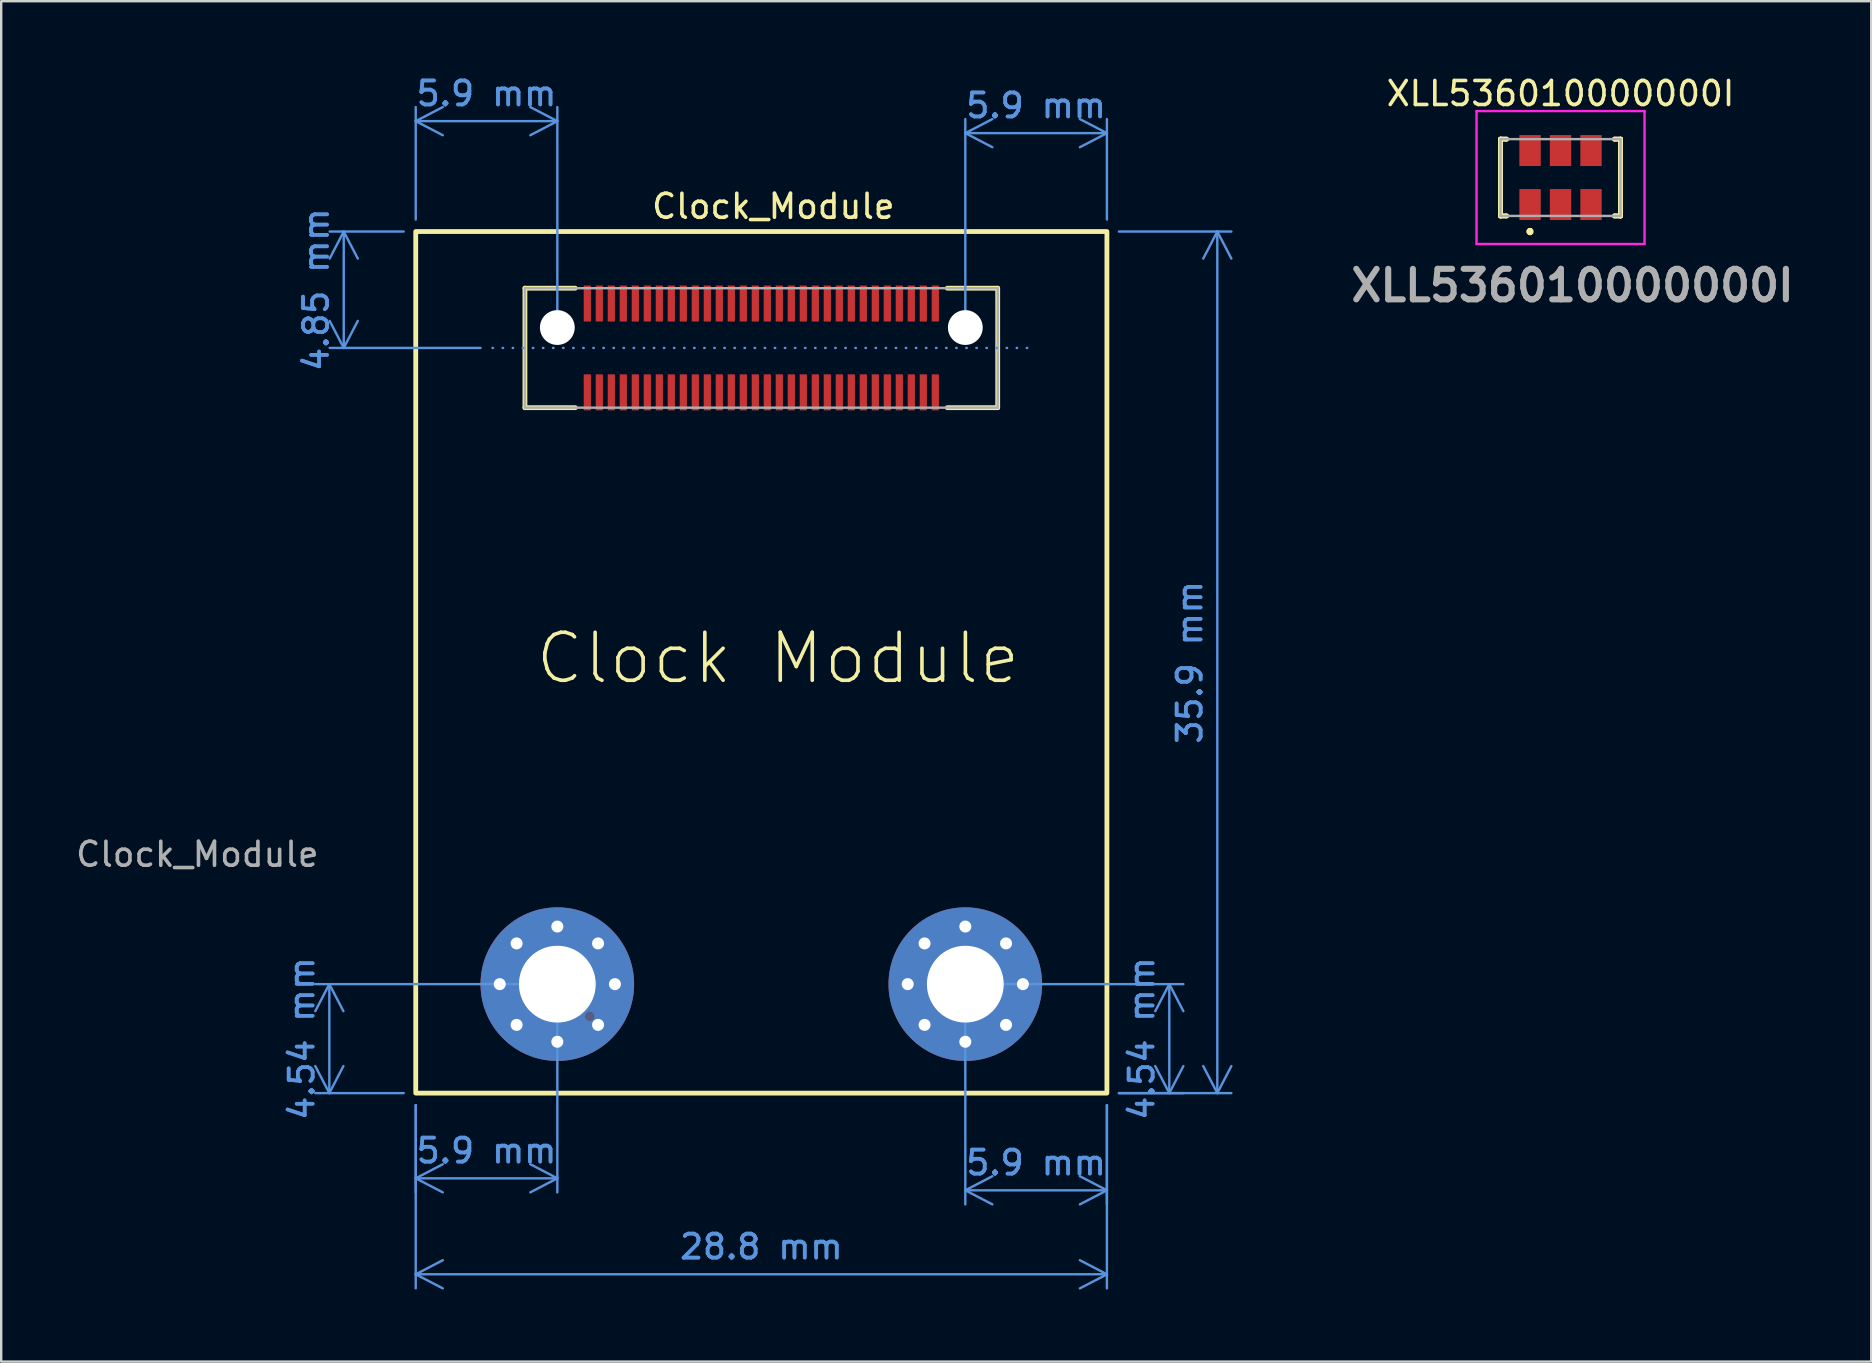
<source format=kicad_pcb>
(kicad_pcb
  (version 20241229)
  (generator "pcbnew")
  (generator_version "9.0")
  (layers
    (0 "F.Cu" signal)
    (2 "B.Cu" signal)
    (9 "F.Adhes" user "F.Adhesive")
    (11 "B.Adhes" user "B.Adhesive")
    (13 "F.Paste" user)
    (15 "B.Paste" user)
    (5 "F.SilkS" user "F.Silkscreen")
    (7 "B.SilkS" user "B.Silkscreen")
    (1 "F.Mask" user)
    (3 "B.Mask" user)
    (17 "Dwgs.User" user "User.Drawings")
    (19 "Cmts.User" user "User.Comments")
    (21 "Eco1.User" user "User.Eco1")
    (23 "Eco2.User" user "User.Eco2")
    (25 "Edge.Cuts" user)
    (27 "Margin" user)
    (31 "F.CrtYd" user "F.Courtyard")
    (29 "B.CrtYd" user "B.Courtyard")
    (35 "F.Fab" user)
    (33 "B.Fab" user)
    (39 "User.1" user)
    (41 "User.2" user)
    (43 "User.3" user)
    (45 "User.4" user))
  (footprint "XLL536010000000I"
    (layer "F.Cu")
    (at 61.975 4.348)
    (property "Reference" "XLL536010000000I" (at 0 -3.5 0) (layer "F.SilkS") (effects (font (size 1 1) (thickness 0.15))))
    (attr smd)
    (fp_line (start -2.5 -1.6) (end -2.5 -1.6) (stroke (width 0.2) (type solid)) (layer "F.SilkS"))
    (fp_line (start -2.5 -1.6) (end -2.5 -1.6) (stroke (width 0.2) (type solid)) (layer "F.SilkS"))
    (fp_line (start -2.5 -1.6) (end -2.5 1.6) (stroke (width 0.2) (type solid)) (layer "F.SilkS"))
    (fp_line (start -2.5 -1.6) (end -2.25 -1.6) (stroke (width 0.2) (type solid)) (layer "F.SilkS"))
    (fp_line (start -2.5 1.6) (end -2.5 -1.6) (stroke (width 0.2) (type solid)) (layer "F.SilkS"))
    (fp_line (start -2.5 1.6) (end -2.5 1.6) (stroke (width 0.2) (type solid)) (layer "F.SilkS"))
    (fp_line (start -2.5 1.6) (end -2.5 1.6) (stroke (width 0.2) (type solid)) (layer "F.SilkS"))
    (fp_line (start -2.5 1.6) (end -2.25 1.6) (stroke (width 0.2) (type solid)) (layer "F.SilkS"))
    (fp_line (start -2.25 -1.6) (end -2.5 -1.6) (stroke (width 0.2) (type solid)) (layer "F.SilkS"))
    (fp_line (start -2.25 -1.6) (end -2.25 -1.6) (stroke (width 0.2) (type solid)) (layer "F.SilkS"))
    (fp_line (start -2.25 1.6) (end -2.5 1.6) (stroke (width 0.2) (type solid)) (layer "F.SilkS"))
    (fp_line (start -2.25 1.6) (end -2.25 1.6) (stroke (width 0.2) (type solid)) (layer "F.SilkS"))
    (fp_line (start -1.27 2.2) (end -1.27 2.2) (stroke (width 0.2) (type solid)) (layer "F.SilkS"))
    (fp_line (start -1.27 2.2) (end -1.27 2.2) (stroke (width 0.2) (type solid)) (layer "F.SilkS"))
    (fp_line (start -1.27 2.3) (end -1.27 2.3) (stroke (width 0.2) (type solid)) (layer "F.SilkS"))
    (fp_line (start 2.25 -1.6) (end 2.25 -1.6) (stroke (width 0.2) (type solid)) (layer "F.SilkS"))
    (fp_line (start 2.25 -1.6) (end 2.5 -1.6) (stroke (width 0.2) (type solid)) (layer "F.SilkS"))
    (fp_line (start 2.25 1.6) (end 2.25 1.6) (stroke (width 0.2) (type solid)) (layer "F.SilkS"))
    (fp_line (start 2.25 1.6) (end 2.5 1.6) (stroke (width 0.2) (type solid)) (layer "F.SilkS"))
    (fp_line (start 2.5 -1.6) (end 2.25 -1.6) (stroke (width 0.2) (type solid)) (layer "F.SilkS"))
    (fp_line (start 2.5 -1.6) (end 2.5 -1.6) (stroke (width 0.2) (type solid)) (layer "F.SilkS"))
    (fp_line (start 2.5 -1.6) (end 2.5 -1.6) (stroke (width 0.2) (type solid)) (layer "F.SilkS"))
    (fp_line (start 2.5 -1.6) (end 2.5 1.6) (stroke (width 0.2) (type solid)) (layer "F.SilkS"))
    (fp_line (start 2.5 1.6) (end 2.25 1.6) (stroke (width 0.2) (type solid)) (layer "F.SilkS"))
    (fp_line (start 2.5 1.6) (end 2.5 -1.6) (stroke (width 0.2) (type solid)) (layer "F.SilkS"))
    (fp_line (start 2.5 1.6) (end 2.5 1.6) (stroke (width 0.2) (type solid)) (layer "F.SilkS"))
    (fp_line (start 2.5 1.6) (end 2.5 1.6) (stroke (width 0.2) (type solid)) (layer "F.SilkS"))
    (fp_arc (start -1.27 2.2) (mid -1.22 2.25) (end -1.27 2.3) (stroke (width 0.2) (type solid)) (layer "F.SilkS"))
    (fp_arc (start -1.27 2.3) (mid -1.32 2.25) (end -1.27 2.2) (stroke (width 0.2) (type solid)) (layer "F.SilkS"))
    (fp_arc (start -1.27 2.3) (mid -1.32 2.25) (end -1.27 2.2) (stroke (width 0.2) (type solid)) (layer "F.SilkS"))
    (fp_line (start -3.5 -2.77) (end 3.5 -2.77) (stroke (width 0.1) (type solid)) (layer "F.CrtYd"))
    (fp_line (start -3.5 2.77) (end -3.5 -2.77) (stroke (width 0.1) (type solid)) (layer "F.CrtYd"))
    (fp_line (start 3.5 -2.77) (end 3.5 2.77) (stroke (width 0.1) (type solid)) (layer "F.CrtYd"))
    (fp_line (start 3.5 2.77) (end -3.5 2.77) (stroke (width 0.1) (type solid)) (layer "F.CrtYd"))
    (fp_line (start -2.5 -1.6) (end -2.5 1.6) (stroke (width 0.1) (type solid)) (layer "F.Fab"))
    (fp_line (start -2.5 1.6) (end 2.5 1.6) (stroke (width 0.1) (type solid)) (layer "F.Fab"))
    (fp_line (start 2.5 -1.6) (end -2.5 -1.6) (stroke (width 0.1) (type solid)) (layer "F.Fab"))
    (fp_line (start 2.5 1.6) (end 2.5 -1.6) (stroke (width 0.1) (type solid)) (layer "F.Fab"))
    (fp_text user "${REFERENCE}" (at 0.5 4.5 0) (layer "F.Fab") (effects (font (size 1.27 1.27) (thickness 0.254))))
    (pad "1" smd rect (at -1.27 1.125) (size 0.89 1.29) (layers "F.Cu" "F.Mask" "F.Paste"))
    (pad "2" smd rect (at 0 1.125) (size 0.89 1.29) (layers "F.Cu" "F.Mask" "F.Paste"))
    (pad "3" smd rect (at 1.27 1.125) (size 0.89 1.29) (layers "F.Cu" "F.Mask" "F.Paste"))
    (pad "4" smd rect (at 1.27 -1.125) (size 0.89 1.29) (layers "F.Cu" "F.Mask" "F.Paste"))
    (pad "5" smd rect (at 0 -1.125) (size 0.89 1.29) (layers "F.Cu" "F.Mask" "F.Paste"))
    (pad "6" smd rect (at -1.27 -1.125) (size 0.89 1.29) (layers "F.Cu" "F.Mask" "F.Paste")))
  (footprint "Clock_Module"
    (layer "F.Cu")
    (at 28.673 24.548)
    (property "Reference" "Clock_Module" (at 0.5 -19 0) (unlocked yes) (layer "F.SilkS") (effects (font (size 1 1) (thickness 0.15))))
    (attr smd allow_soldermask_bridges)
    (fp_line (start -9.85 -15.59) (end -9.85 -10.61) (stroke (width 0.2) (type solid)) (layer "F.SilkS"))
    (fp_line (start -9.85 -10.61) (end -7.75 -10.61) (stroke (width 0.2) (type solid)) (layer "F.SilkS"))
    (fp_line (start -7.75 -15.59) (end -9.85 -15.59) (stroke (width 0.2) (type solid)) (layer "F.SilkS"))
    (fp_line (start 7.75 -10.61) (end 9.85 -10.61) (stroke (width 0.2) (type solid)) (layer "F.SilkS"))
    (fp_line (start 9.85 -15.59) (end 7.75 -15.59) (stroke (width 0.2) (type solid)) (layer "F.SilkS"))
    (fp_line (start 9.85 -15.59) (end 9.85 -10.61) (stroke (width 0.2) (type solid)) (layer "F.SilkS"))
    (fp_rect (start -14.4 -17.95) (end 14.4 17.95) (stroke (width 0.2) (type solid)) (fill no) (layer "F.SilkS"))
    (fp_line (start -11.2 -13.1) (end 11.2 -13.1) (stroke (width 0.1) (type dot)) (layer "Cmts.User"))
    (fp_circle (center -7.15 14.75) (end -7.05 14.75) (stroke (width 0.2) (type solid)) (fill no) (layer "B.Fab"))
    (fp_line (start -9.85 -15.59) (end 9.85 -15.59) (stroke (width 0.1) (type solid)) (layer "F.Fab"))
    (fp_line (start -9.85 -10.61) (end -9.85 -15.59) (stroke (width 0.1) (type solid)) (layer "F.Fab"))
    (fp_line (start 9.85 -15.59) (end 9.85 -10.61) (stroke (width 0.1) (type solid)) (layer "F.Fab"))
    (fp_line (start 9.85 -10.61) (end -9.85 -10.61) (stroke (width 0.1) (type solid)) (layer "F.Fab"))
    (fp_text user "Clock Module" (at -9.5 1 0) (unlocked yes) (layer "F.SilkS") (effects (font (size 2 2) (thickness 0.15)) (justify left bottom)))
    (fp_text user "${REFERENCE}" (at -23.5 8 0) (unlocked yes) (layer "F.Fab") (effects (font (size 1 1) (thickness 0.15))))
    (dimension (type orthogonal) (layer "Cmts.User") (pts (xy 17.473 11.448) (xy 14.273 6.598)) (height -6.2) (orientation 1) (format (prefix "") (suffix "") (units 3) (units_format 1) (precision 4) (suppress_zeroes yes)) (style (thickness 0.1) (arrow_length 1.27) (text_position_mode 0) (arrow_direction outward) (extension_height 0.586) (extension_offset 0.5) (keep_text_aligned yes)) (gr_text "4.85 mm" (at 10.123 9.023 90) (layer "Cmts.User") (effects (font (size 1 1) (thickness 0.15)))))
    (dimension (type orthogonal) (layer "Cmts.User") (pts (xy 20.173 10.598) (xy 14.273 6.598)) (height -8.6) (orientation 0) (format (prefix "") (suffix "") (units 3) (units_format 1) (precision 4) (suppress_zeroes yes)) (style (thickness 0.1) (arrow_length 1.27) (text_position_mode 0) (arrow_direction outward) (extension_height 0.586) (extension_offset 0.5) (keep_text_aligned yes)) (gr_text "5.9 mm" (at 17.223 0.848 0) (layer "Cmts.User") (effects (font (size 1 1) (thickness 0.15)))))
    (dimension (type orthogonal) (layer "Cmts.User") (pts (xy 14.273 42.498) (xy 43.073 42.498)) (height 7.55) (orientation 0) (format (prefix "") (suffix "") (units 3) (units_format 1) (precision 4) (suppress_zeroes yes)) (style (thickness 0.1) (arrow_length 1.27) (text_position_mode 0) (arrow_direction outward) (extension_height 0.586) (extension_offset 0.5) (keep_text_aligned yes)) (gr_text "28.8 mm" (at 28.673 48.898 0) (layer "Cmts.User") (effects (font (size 1 1) (thickness 0.15)))))
    (dimension (type orthogonal) (layer "Cmts.User") (pts (xy 20.173 37.958) (xy 14.273 42.498)) (height 8.09) (orientation 0) (format (prefix "") (suffix "") (units 3) (units_format 1) (precision 4) (suppress_zeroes yes)) (style (thickness 0.1) (arrow_length 1.27) (text_position_mode 0) (arrow_direction outward) (extension_height 0.586) (extension_offset 0.5) (keep_text_aligned yes)) (gr_text "5.9 mm" (at 17.223 44.898 0) (layer "Cmts.User") (effects (font (size 1 1) (thickness 0.15)))))
    (dimension (type orthogonal) (layer "Cmts.User") (pts (xy 37.173 37.958) (xy 43.073 42.498)) (height 8.59) (orientation 0) (format (prefix "") (suffix "") (units 3) (units_format 1) (precision 4) (suppress_zeroes yes)) (style (thickness 0.1) (arrow_length 1.27) (text_position_mode 0) (arrow_direction outward) (extension_height 0.586) (extension_offset 0.5) (keep_text_aligned yes)) (gr_text "5.9 mm" (at 40.123 45.398 0) (layer "Cmts.User") (effects (font (size 1 1) (thickness 0.15)))))
    (dimension (type orthogonal) (layer "Cmts.User") (pts (xy 37.173 10.598) (xy 43.073 6.598)) (height -8.1) (orientation 0) (format (prefix "") (suffix "") (units 3) (units_format 1) (precision 4) (suppress_zeroes yes)) (style (thickness 0.1) (arrow_length 1.27) (text_position_mode 0) (arrow_direction outward) (extension_height 0.586) (extension_offset 0.5) (keep_text_aligned yes)) (gr_text "5.9 mm" (at 40.123 1.348 0) (layer "Cmts.User") (effects (font (size 1 1) (thickness 0.15)))))
    (dimension (type orthogonal) (layer "Cmts.User") (pts (xy 37.173 37.958) (xy 43.073 42.498)) (height 8.5) (orientation 1) (format (prefix "") (suffix "") (units 3) (units_format 1) (precision 4) (suppress_zeroes yes)) (style (thickness 0.1) (arrow_length 1.27) (text_position_mode 0) (arrow_direction outward) (extension_height 0.586) (extension_offset 0.5) (keep_text_aligned yes)) (gr_text "4.54 mm" (at 44.523 40.228 90) (layer "Cmts.User") (effects (font (size 1 1) (thickness 0.15)))))
    (dimension (type orthogonal) (layer "Cmts.User") (pts (xy 43.073 42.498) (xy 43.073 6.598)) (height 4.6) (orientation 1) (format (prefix "") (suffix "") (units 3) (units_format 1) (precision 4) (suppress_zeroes yes)) (style (thickness 0.1) (arrow_length 1.27) (text_position_mode 0) (arrow_direction outward) (extension_height 0.586) (extension_offset 0.5) (keep_text_aligned yes)) (gr_text "35.9 mm" (at 46.523 24.548 90) (layer "Cmts.User") (effects (font (size 1 1) (thickness 0.15)))))
    (dimension (type orthogonal) (layer "Cmts.User") (pts (xy 20.173 37.958) (xy 14.273 42.498)) (height -9.5) (orientation 1) (format (prefix "") (suffix "") (units 3) (units_format 1) (precision 4) (suppress_zeroes yes)) (style (thickness 0.1) (arrow_length 1.27) (text_position_mode 0) (arrow_direction outward) (extension_height 0.586) (extension_offset 0.5) (keep_text_aligned yes)) (gr_text "4.54 mm" (at 9.523 40.228 90) (layer "Cmts.User") (effects (font (size 1 1) (thickness 0.15)))))
    (pad "" np_thru_hole circle (at -8.5 -13.95 180) (size 1.45 1.45) (drill 1.45) (layers "*.Cu" "*.Mask"))
    (pad "" np_thru_hole circle (at 8.5 -13.95 180) (size 1.45 1.45) (drill 1.45) (layers "*.Cu" "*.Mask"))
    (pad "1" thru_hole circle (at -10.9 13.41) (size 0.8 0.8) (drill 0.5) (layers "*.Cu" "*.Mask"))
    (pad "1" thru_hole circle (at -10.197 11.713) (size 0.8 0.8) (drill 0.5) (layers "*.Cu" "*.Mask"))
    (pad "1" thru_hole circle (at -10.197 15.107) (size 0.8 0.8) (drill 0.5) (layers "*.Cu" "*.Mask"))
    (pad "1" thru_hole circle (at -8.5 11.01) (size 0.8 0.8) (drill 0.5) (layers "*.Cu" "*.Mask"))
    (pad "1" thru_hole circle (at -8.5 15.81) (size 0.8 0.8) (drill 0.5) (layers "*.Cu" "*.Mask"))
    (pad "1" smd rect (at -7.25 -14.95 180) (size 0.3 1.5) (layers "F.Cu" "F.Mask" "F.Paste"))
    (pad "1" thru_hole circle (at -6.803 11.713) (size 0.8 0.8) (drill 0.5) (layers "*.Cu" "*.Mask"))
    (pad "1" thru_hole circle (at -6.803 15.107) (size 0.8 0.8) (drill 0.5) (layers "*.Cu" "*.Mask"))
    (pad "1" thru_hole circle (at -6.1 13.41) (size 0.8 0.8) (drill 0.5) (layers "*.Cu" "*.Mask"))
    (pad "1" thru_hole circle (at 6.1 13.41) (size 0.8 0.8) (drill 0.5) (layers "*.Cu" "*.Mask"))
    (pad "1" thru_hole circle (at 6.803 11.713) (size 0.8 0.8) (drill 0.5) (layers "*.Cu" "*.Mask"))
    (pad "1" thru_hole circle (at 6.803 15.107) (size 0.8 0.8) (drill 0.5) (layers "*.Cu" "*.Mask"))
    (pad "1" thru_hole circle (at 8.5 11.01) (size 0.8 0.8) (drill 0.5) (layers "*.Cu" "*.Mask"))
    (pad "1" thru_hole circle (at 8.5 15.81) (size 0.8 0.8) (drill 0.5) (layers "*.Cu" "*.Mask"))
    (pad "1" thru_hole circle (at 10.197 11.713) (size 0.8 0.8) (drill 0.5) (layers "*.Cu" "*.Mask"))
    (pad "1" thru_hole circle (at 10.197 15.107) (size 0.8 0.8) (drill 0.5) (layers "*.Cu" "*.Mask"))
    (pad "1" thru_hole circle (at 10.9 13.41) (size 0.8 0.8) (drill 0.5) (layers "*.Cu" "*.Mask"))
    (pad "2" smd rect (at -7.25 -11.25 180) (size 0.3 1.5) (layers "F.Cu" "F.Mask" "F.Paste"))
    (pad "3" smd rect (at -6.75 -14.95 180) (size 0.3 1.5) (layers "F.Cu" "F.Mask" "F.Paste"))
    (pad "4" smd rect (at -6.75 -11.25 180) (size 0.3 1.5) (layers "F.Cu" "F.Mask" "F.Paste"))
    (pad "5" smd rect (at -6.25 -14.95 180) (size 0.3 1.5) (layers "F.Cu" "F.Mask" "F.Paste"))
    (pad "6" smd rect (at -6.25 -11.25 180) (size 0.3 1.5) (layers "F.Cu" "F.Mask" "F.Paste"))
    (pad "7" smd rect (at -5.75 -14.95 180) (size 0.3 1.5) (layers "F.Cu" "F.Mask" "F.Paste"))
    (pad "8" smd rect (at -5.75 -11.25 180) (size 0.3 1.5) (layers "F.Cu" "F.Mask" "F.Paste"))
    (pad "9" smd rect (at -5.25 -14.95 180) (size 0.3 1.5) (layers "F.Cu" "F.Mask" "F.Paste"))
    (pad "10" smd rect (at -5.25 -11.25 180) (size 0.3 1.5) (layers "F.Cu" "F.Mask" "F.Paste"))
    (pad "11" smd rect (at -4.75 -14.95 180) (size 0.3 1.5) (layers "F.Cu" "F.Mask" "F.Paste"))
    (pad "12" smd rect (at -4.75 -11.25 180) (size 0.3 1.5) (layers "F.Cu" "F.Mask" "F.Paste"))
    (pad "13" smd rect (at -4.25 -14.95 180) (size 0.3 1.5) (layers "F.Cu" "F.Mask" "F.Paste"))
    (pad "14" smd rect (at -4.25 -11.25 180) (size 0.3 1.5) (layers "F.Cu" "F.Mask" "F.Paste"))
    (pad "15" smd rect (at -3.75 -14.95 180) (size 0.3 1.5) (layers "F.Cu" "F.Mask" "F.Paste"))
    (pad "16" smd rect (at -3.75 -11.25 180) (size 0.3 1.5) (layers "F.Cu" "F.Mask" "F.Paste"))
    (pad "17" smd rect (at -3.25 -14.95 180) (size 0.3 1.5) (layers "F.Cu" "F.Mask" "F.Paste"))
    (pad "18" smd rect (at -3.25 -11.25 180) (size 0.3 1.5) (layers "F.Cu" "F.Mask" "F.Paste"))
    (pad "19" smd rect (at -2.75 -14.95 180) (size 0.3 1.5) (layers "F.Cu" "F.Mask" "F.Paste"))
    (pad "20" smd rect (at -2.75 -11.25 180) (size 0.3 1.5) (layers "F.Cu" "F.Mask" "F.Paste"))
    (pad "21" smd rect (at -2.25 -14.95 180) (size 0.3 1.5) (layers "F.Cu" "F.Mask" "F.Paste"))
    (pad "22" smd rect (at -2.25 -11.25 180) (size 0.3 1.5) (layers "F.Cu" "F.Mask" "F.Paste"))
    (pad "23" smd rect (at -1.75 -14.95 180) (size 0.3 1.5) (layers "F.Cu" "F.Mask" "F.Paste"))
    (pad "24" smd rect (at -1.75 -11.25 180) (size 0.3 1.5) (layers "F.Cu" "F.Mask" "F.Paste"))
    (pad "25" smd rect (at -1.25 -14.95 180) (size 0.3 1.5) (layers "F.Cu" "F.Mask" "F.Paste"))
    (pad "26" smd rect (at -1.25 -11.25 180) (size 0.3 1.5) (layers "F.Cu" "F.Mask" "F.Paste"))
    (pad "27" smd rect (at -0.75 -14.95 180) (size 0.3 1.5) (layers "F.Cu" "F.Mask" "F.Paste"))
    (pad "28" smd rect (at -0.75 -11.25 180) (size 0.3 1.5) (layers "F.Cu" "F.Mask" "F.Paste"))
    (pad "29" smd rect (at -0.25 -14.95 180) (size 0.3 1.5) (layers "F.Cu" "F.Mask" "F.Paste"))
    (pad "30" smd rect (at -0.25 -11.25 180) (size 0.3 1.5) (layers "F.Cu" "F.Mask" "F.Paste"))
    (pad "31" smd rect (at 0.25 -14.95 180) (size 0.3 1.5) (layers "F.Cu" "F.Mask" "F.Paste"))
    (pad "32" smd rect (at 0.25 -11.25 180) (size 0.3 1.5) (layers "F.Cu" "F.Mask" "F.Paste"))
    (pad "33" smd rect (at 0.75 -14.95 180) (size 0.3 1.5) (layers "F.Cu" "F.Mask" "F.Paste"))
    (pad "34" smd rect (at 0.75 -11.25 180) (size 0.3 1.5) (layers "F.Cu" "F.Mask" "F.Paste"))
    (pad "35" smd rect (at 1.25 -14.95 180) (size 0.3 1.5) (layers "F.Cu" "F.Mask" "F.Paste"))
    (pad "36" smd rect (at 1.25 -11.25 180) (size 0.3 1.5) (layers "F.Cu" "F.Mask" "F.Paste"))
    (pad "37" smd rect (at 1.75 -14.95 180) (size 0.3 1.5) (layers "F.Cu" "F.Mask" "F.Paste"))
    (pad "38" smd rect (at 1.75 -11.25 180) (size 0.3 1.5) (layers "F.Cu" "F.Mask" "F.Paste"))
    (pad "39" smd rect (at 2.25 -14.95 180) (size 0.3 1.5) (layers "F.Cu" "F.Mask" "F.Paste"))
    (pad "40" smd rect (at 2.25 -11.25 180) (size 0.3 1.5) (layers "F.Cu" "F.Mask" "F.Paste"))
    (pad "41" smd rect (at 2.75 -14.95 180) (size 0.3 1.5) (layers "F.Cu" "F.Mask" "F.Paste"))
    (pad "42" smd rect (at 2.75 -11.25 180) (size 0.3 1.5) (layers "F.Cu" "F.Mask" "F.Paste"))
    (pad "43" smd rect (at 3.25 -14.95 180) (size 0.3 1.5) (layers "F.Cu" "F.Mask" "F.Paste"))
    (pad "44" smd rect (at 3.25 -11.25 180) (size 0.3 1.5) (layers "F.Cu" "F.Mask" "F.Paste"))
    (pad "45" smd rect (at 3.75 -14.95 180) (size 0.3 1.5) (layers "F.Cu" "F.Mask" "F.Paste"))
    (pad "46" smd rect (at 3.75 -11.25 180) (size 0.3 1.5) (layers "F.Cu" "F.Mask" "F.Paste"))
    (pad "47" smd rect (at 4.25 -14.95 180) (size 0.3 1.5) (layers "F.Cu" "F.Mask" "F.Paste"))
    (pad "48" smd rect (at 4.25 -11.25 180) (size 0.3 1.5) (layers "F.Cu" "F.Mask" "F.Paste"))
    (pad "49" smd rect (at 4.75 -14.95 180) (size 0.3 1.5) (layers "F.Cu" "F.Mask" "F.Paste"))
    (pad "50" smd rect (at 4.75 -11.25 180) (size 0.3 1.5) (layers "F.Cu" "F.Mask" "F.Paste"))
    (pad "51" smd rect (at 5.25 -14.95 180) (size 0.3 1.5) (layers "F.Cu" "F.Mask" "F.Paste"))
    (pad "52" smd rect (at 5.25 -11.25 180) (size 0.3 1.5) (layers "F.Cu" "F.Mask" "F.Paste"))
    (pad "53" smd rect (at 5.75 -14.95 180) (size 0.3 1.5) (layers "F.Cu" "F.Mask" "F.Paste"))
    (pad "54" smd rect (at 5.75 -11.25 180) (size 0.3 1.5) (layers "F.Cu" "F.Mask" "F.Paste"))
    (pad "55" smd rect (at 6.25 -14.95 180) (size 0.3 1.5) (layers "F.Cu" "F.Mask" "F.Paste"))
    (pad "56" smd rect (at 6.25 -11.25 180) (size 0.3 1.5) (layers "F.Cu" "F.Mask" "F.Paste"))
    (pad "57" smd rect (at 6.75 -14.95 180) (size 0.3 1.5) (layers "F.Cu" "F.Mask" "F.Paste"))
    (pad "58" smd rect (at 6.75 -11.25 180) (size 0.3 1.5) (layers "F.Cu" "F.Mask" "F.Paste"))
    (pad "59" smd rect (at 7.25 -14.95 180) (size 0.3 1.5) (layers "F.Cu" "F.Mask" "F.Paste"))
    (pad "60" smd rect (at 7.25 -11.25 180) (size 0.3 1.5) (layers "F.Cu" "F.Mask" "F.Paste"))
    (pad "H1" thru_hole circle (at -8.5 13.41) (size 6.4 6.4) (drill 3.2) (layers "*.Cu" "*.Mask"))
    (pad "H2" thru_hole circle (at 8.5 13.41) (size 6.4 6.4) (drill 3.2) (layers "*.Cu" "*.Mask")))
  (gr_rect
    (start -3 -3)
    (end 74.921 53.685)
    (stroke (width 0.1) (type default))
    (fill no)
    (layer "Edge.Cuts")))
</source>
